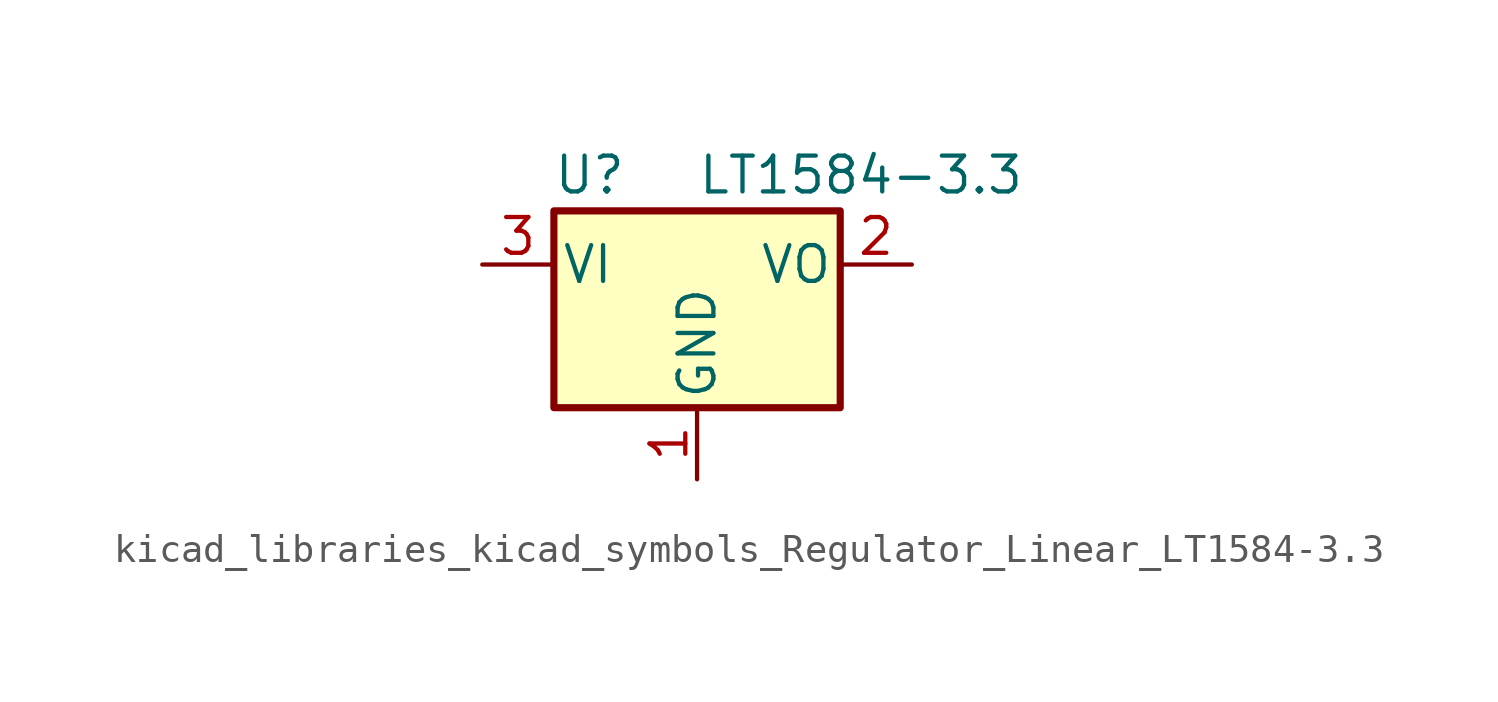
<source format=kicad_sym>
(kicad_symbol_lib
  (version 20220914)
  (generator kicad_symbol_editor)
  (symbol "kicad_libraries_kicad_symbols_Regulator_Linear_LT1584-3.3"
    (pin_names
      (offset 0.254))
    (property "Reference" "U"
      (at -3.81 3.175 0)
      (effects (font (size 1.27 1.27))))
    (property "Value" "LT1584-3.3"
      (at 0 3.175 0)
      (effects (font (size 1.27 1.27)) (justify left)))
    (symbol "kicad_libraries_kicad_symbols_Regulator_Linear_LT1584-3.3_0_1"
      (rectangle (start -5.08 1.905) (end 5.08 -5.08) (stroke (width 0.254) (type default)) (fill (type background))))
    (symbol "kicad_libraries_kicad_symbols_Regulator_Linear_LT1584-3.3_1_1"
      (pin power_in line (at 0 -7.62 90) (length 2.54) (name "GND" (effects (font (size 1.27 1.27)))) (number "1" (effects (font (size 1.27 1.27)))))
      (pin power_out line (at 7.62 0 180) (length 2.54) (name "VO" (effects (font (size 1.27 1.27)))) (number "2" (effects (font (size 1.27 1.27)))))
      (pin power_in line (at -7.62 0 0) (length 2.54) (name "VI" (effects (font (size 1.27 1.27)))) (number "3" (effects (font (size 1.27 1.27))))))))
</source>
